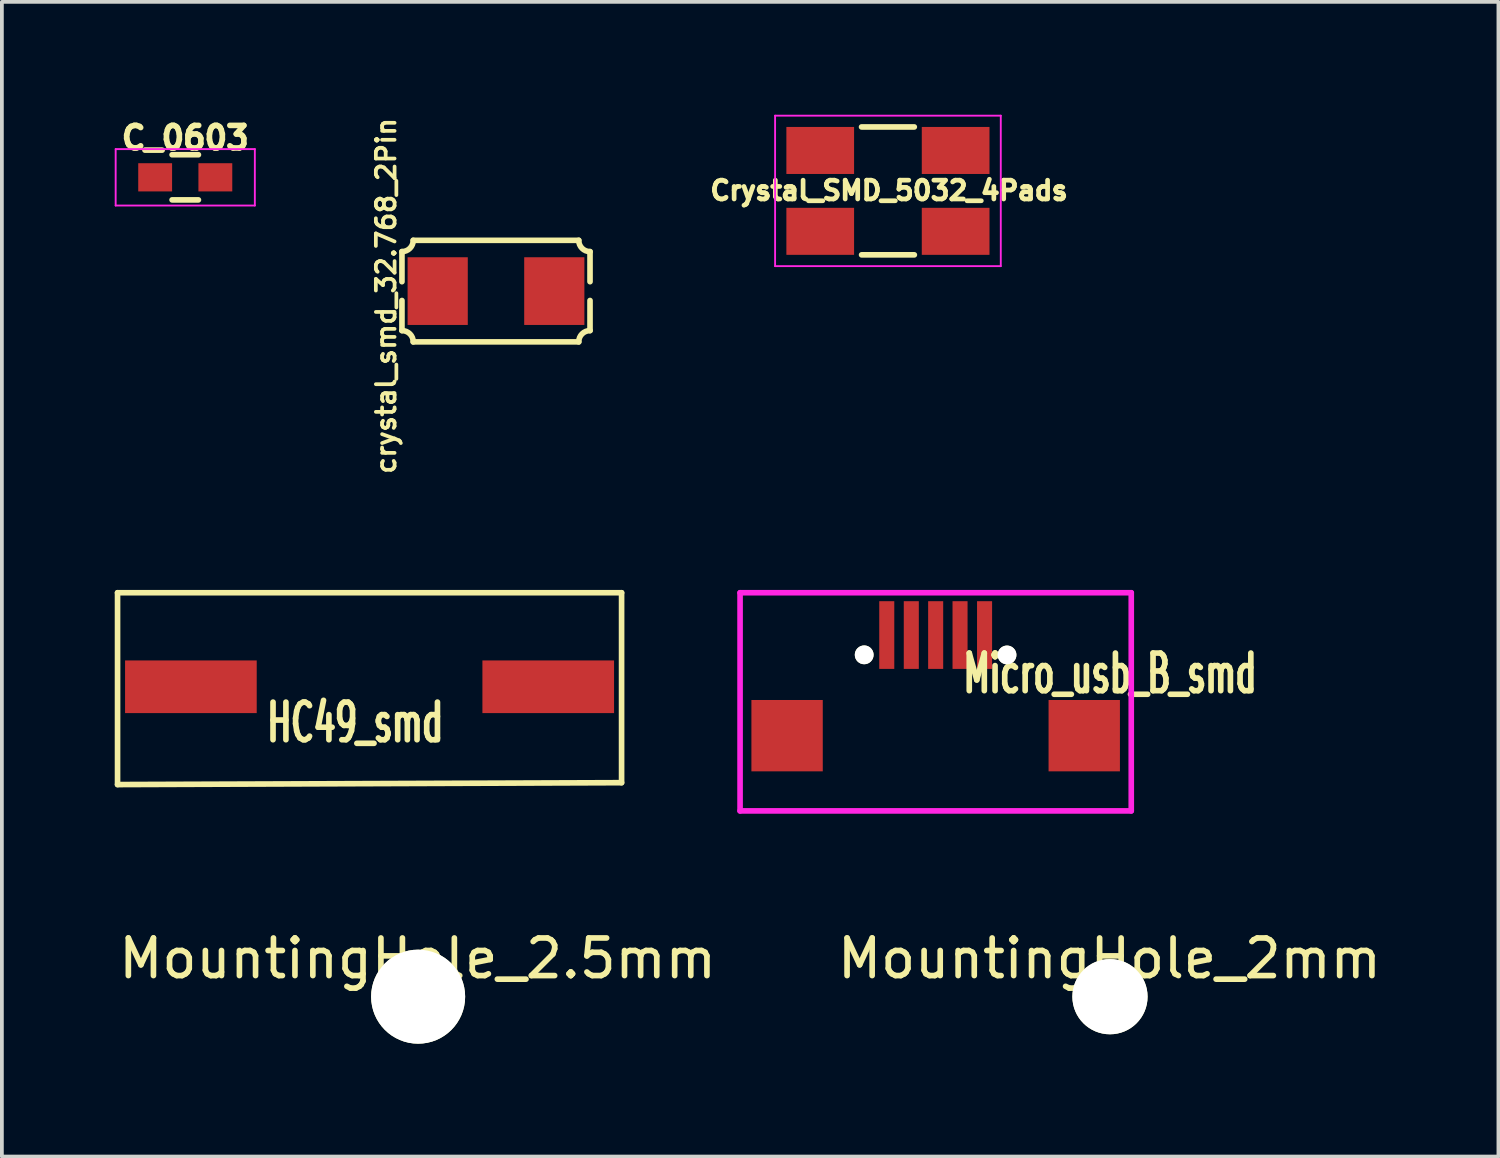
<source format=kicad_pcb>
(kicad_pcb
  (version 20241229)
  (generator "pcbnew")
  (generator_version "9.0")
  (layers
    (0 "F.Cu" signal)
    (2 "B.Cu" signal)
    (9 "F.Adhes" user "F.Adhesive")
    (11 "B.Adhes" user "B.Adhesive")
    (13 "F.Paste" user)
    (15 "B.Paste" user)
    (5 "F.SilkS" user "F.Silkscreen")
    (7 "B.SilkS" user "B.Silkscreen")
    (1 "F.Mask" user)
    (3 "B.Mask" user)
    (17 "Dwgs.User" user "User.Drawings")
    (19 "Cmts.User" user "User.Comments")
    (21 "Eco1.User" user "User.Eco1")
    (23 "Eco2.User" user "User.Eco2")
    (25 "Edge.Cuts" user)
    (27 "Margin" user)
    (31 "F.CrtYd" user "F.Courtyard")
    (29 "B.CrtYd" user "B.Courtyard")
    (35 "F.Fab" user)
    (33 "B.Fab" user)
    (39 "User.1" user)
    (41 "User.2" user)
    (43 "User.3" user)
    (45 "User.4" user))
  (footprint "Micro_usb_B_smd"
    (layer "F.Cu")
    (at 21.825 16.508)
    (property "Reference" "Micro_usb_B_smd" (at 4.636 -1.651 0) (layer "F.SilkS") (effects (font (size 1 0.6) (thickness 0.15))))
    (attr through_hole)
    (fp_line (start -5.2 -3.8) (end -5.2 2) (stroke (width 0.15) (type solid)) (layer "F.CrtYd"))
    (fp_line (start -5.2 2) (end 5.2 2) (stroke (width 0.15) (type solid)) (layer "F.CrtYd"))
    (fp_line (start 5.2 -3.8) (end -5.2 -3.8) (stroke (width 0.15) (type solid)) (layer "F.CrtYd"))
    (fp_line (start 5.2 2) (end 5.2 -3.8) (stroke (width 0.15) (type solid)) (layer "F.CrtYd"))
    (pad "" np_thru_hole circle (at -1.9 -2.149) (size 0.5 0.5) (drill 0.5) (layers "*.Cu" "*.Mask" "F.SilkS"))
    (pad "" np_thru_hole circle (at 1.897 -2.146) (size 0.5 0.5) (drill 0.5) (layers "*.Cu" "*.Mask" "F.SilkS"))
    (pad "1" smd rect (at -1.3 -2.675) (size 0.4 1.8) (layers "F.Cu" "F.Mask" "F.Paste"))
    (pad "2" smd rect (at -0.648 -2.675) (size 0.4 1.8) (layers "F.Cu" "F.Mask" "F.Paste"))
    (pad "3" smd rect (at 0 -2.675) (size 0.4 1.8) (layers "F.Cu" "F.Mask" "F.Paste"))
    (pad "4" smd rect (at -3.95 0) (size 1.897 1.897) (layers "F.Cu" "F.Mask" "F.Paste"))
    (pad "4" smd rect (at 0.648 -2.675) (size 0.4 1.8) (layers "F.Cu" "F.Mask" "F.Paste"))
    (pad "4" smd rect (at 3.95 0) (size 1.897 1.897) (layers "F.Cu" "F.Mask" "F.Paste"))
    (pad "5" smd rect (at 1.3 -2.675) (size 0.4 1.8) (layers "F.Cu" "F.Mask" "F.Paste")))
  (footprint "crystal_smd_32.768_2Pin"
    (layer "F.Cu")
    (at 10.136 4.689)
    (property "Reference" "crystal_smd_32.768_2Pin" (at -2.921 0.127 270) (layer "F.SilkS") (effects (font (size 0.498 0.498) (thickness 0.099))))
    (attr through_hole)
    (fp_line (start -2.5 -0.25) (end -2.5 -1.05) (stroke (width 0.15) (type solid)) (layer "F.SilkS"))
    (fp_line (start -2.5 1.05) (end -2.5 0.25) (stroke (width 0.15) (type solid)) (layer "F.SilkS"))
    (fp_line (start -2.2 -1.35) (end 2.2 -1.35) (stroke (width 0.15) (type solid)) (layer "F.SilkS"))
    (fp_line (start -2.2 1.35) (end 2.2 1.35) (stroke (width 0.15) (type solid)) (layer "F.SilkS"))
    (fp_line (start 2.5 -0.25) (end 2.5 -1.05) (stroke (width 0.15) (type solid)) (layer "F.SilkS"))
    (fp_line (start 2.5 1.05) (end 2.5 0.25) (stroke (width 0.15) (type solid)) (layer "F.SilkS"))
    (fp_arc (start -2.5 1.05) (mid -2.287868 1.137868) (end -2.2 1.35) (stroke (width 0.15) (type solid)) (layer "F.SilkS"))
    (fp_arc (start -2.2 -1.35) (mid -2.287868 -1.137868) (end -2.5 -1.05) (stroke (width 0.15) (type solid)) (layer "F.SilkS"))
    (fp_arc (start 2.2 1.35) (mid 2.287868 1.137868) (end 2.5 1.05) (stroke (width 0.15) (type solid)) (layer "F.SilkS"))
    (fp_arc (start 2.5 -1.05) (mid 2.287868 -1.137868) (end 2.2 -1.35) (stroke (width 0.15) (type solid)) (layer "F.SilkS"))
    (pad "1" smd rect (at -1.55 0) (size 1.6 1.8) (layers "F.Cu" "F.Mask" "F.Paste"))
    (pad "2" smd rect (at 1.55 0) (size 1.6 1.8) (layers "F.Cu" "F.Mask" "F.Paste")))
  (footprint "MountingHole_2.5mm"
    (layer "F.Cu")
    (at 8.066 23.447)
    (property "Reference" "MountingHole_2.5mm" (at -0.013 -1.016 0) (layer "F.SilkS") (effects (font (size 1 1) (thickness 0.15))))
    (attr through_hole)
    (pad "" np_thru_hole circle (at 0 0) (size 2.5 2.5) (drill 2.5) (layers "*.Cu" "*.Mask" "F.SilkS")))
  (footprint "MountingHole_2mm"
    (layer "F.Cu")
    (at 26.459 23.447)
    (property "Reference" "MountingHole_2mm" (at -0.013 -1.016 0) (layer "F.SilkS") (effects (font (size 1 1) (thickness 0.15))))
    (attr through_hole)
    (pad "" np_thru_hole circle (at 0 0) (size 2 2) (drill 2) (layers "*.Cu" "*.Mask" "F.SilkS")))
  (footprint "C_0603"
    (layer "F.Cu")
    (at 1.875 1.664)
    (property "Reference" "C_0603" (at 0 -1.05 180) (layer "F.SilkS") (effects (font (size 0.6 0.6) (thickness 0.15))))
    (attr smd)
    (fp_line (start -0.35 -0.6) (end 0.35 -0.6) (stroke (width 0.15) (type solid)) (layer "F.SilkS"))
    (fp_line (start 0.35 0.6) (end -0.35 0.6) (stroke (width 0.15) (type solid)) (layer "F.SilkS"))
    (fp_line (start -1.85 -0.75) (end -1.85 0.75) (stroke (width 0.05) (type solid)) (layer "F.CrtYd"))
    (fp_line (start -1.85 -0.75) (end 1.85 -0.75) (stroke (width 0.05) (type solid)) (layer "F.CrtYd"))
    (fp_line (start -1.85 0.75) (end 1.85 0.75) (stroke (width 0.05) (type solid)) (layer "F.CrtYd"))
    (fp_line (start 1.85 -0.75) (end 1.85 0.75) (stroke (width 0.05) (type solid)) (layer "F.CrtYd"))
    (pad "1" smd rect (at -0.8 0) (size 0.9 0.75) (layers "F.Cu" "F.Mask" "F.Paste"))
    (pad "2" smd rect (at 0.8 0) (size 0.9 0.75) (layers "F.Cu" "F.Mask" "F.Paste")))
  (footprint "Crystal_SMD_5032_4Pads"
    (layer "F.Cu")
    (at 20.556 2.025)
    (property "Reference" "Crystal_SMD_5032_4Pads" (at 0.03 -0.01 0) (layer "F.SilkS") (effects (font (size 0.5 0.5) (thickness 0.125))))
    (attr smd)
    (fp_line (start -0.701 -1.7) (end 0.701 -1.7) (stroke (width 0.15) (type solid)) (layer "F.SilkS"))
    (fp_line (start 0.702 1.7) (end -0.7 1.7) (stroke (width 0.15) (type solid)) (layer "F.SilkS"))
    (fp_line (start -3 -2) (end 3 -2) (stroke (width 0.05) (type solid)) (layer "F.CrtYd"))
    (fp_line (start -3 2) (end -3 -2) (stroke (width 0.05) (type solid)) (layer "F.CrtYd"))
    (fp_line (start 3 -2) (end 3 2) (stroke (width 0.05) (type solid)) (layer "F.CrtYd"))
    (fp_line (start 3 2) (end -3 2) (stroke (width 0.05) (type solid)) (layer "F.CrtYd"))
    (pad "1" smd rect (at -1.8 1.075) (size 1.8 1.25) (layers "F.Cu" "F.Mask" "F.Paste"))
    (pad "2" smd rect (at 1.8 -1.075) (size 1.8 1.25) (layers "F.Cu" "F.Mask" "F.Paste"))
    (pad "3" smd rect (at -1.8 -1.075) (size 1.8 1.25) (layers "F.Cu" "F.Mask" "F.Paste"))
    (pad "3" smd rect (at 1.8 1.075) (size 1.8 1.25) (layers "F.Cu" "F.Mask" "F.Paste")))
  (footprint "HC49_smd"
    (layer "F.Cu")
    (at 6.775 15.208)
    (property "Reference" "HC49_smd" (at -0.381 0.953 0) (layer "F.SilkS") (effects (font (size 1 0.6) (thickness 0.15))))
    (attr smd)
    (fp_line (start -6.7 -2.5) (end 6.7 -2.5) (stroke (width 0.15) (type solid)) (layer "F.SilkS"))
    (fp_line (start -6.7 2.6) (end -6.7 -2.5) (stroke (width 0.15) (type solid)) (layer "F.SilkS"))
    (fp_line (start 6.7 -2.5) (end 6.7 2.55) (stroke (width 0.15) (type solid)) (layer "F.SilkS"))
    (fp_line (start 6.7 2.55) (end -6.7 2.6) (stroke (width 0.15) (type solid)) (layer "F.SilkS"))
    (pad "1" smd rect (at -4.75 0) (size 3.5 1.4) (layers "F.Cu" "F.Mask" "F.Paste"))
    (pad "2" smd rect (at 4.75 0) (size 3.5 1.4) (layers "F.Cu" "F.Mask" "F.Paste")))
  (gr_rect
    (start -3 -3)
    (end 36.786 27.697)
    (stroke (width 0.1) (type default))
    (fill no)
    (layer "Edge.Cuts")))
</source>
